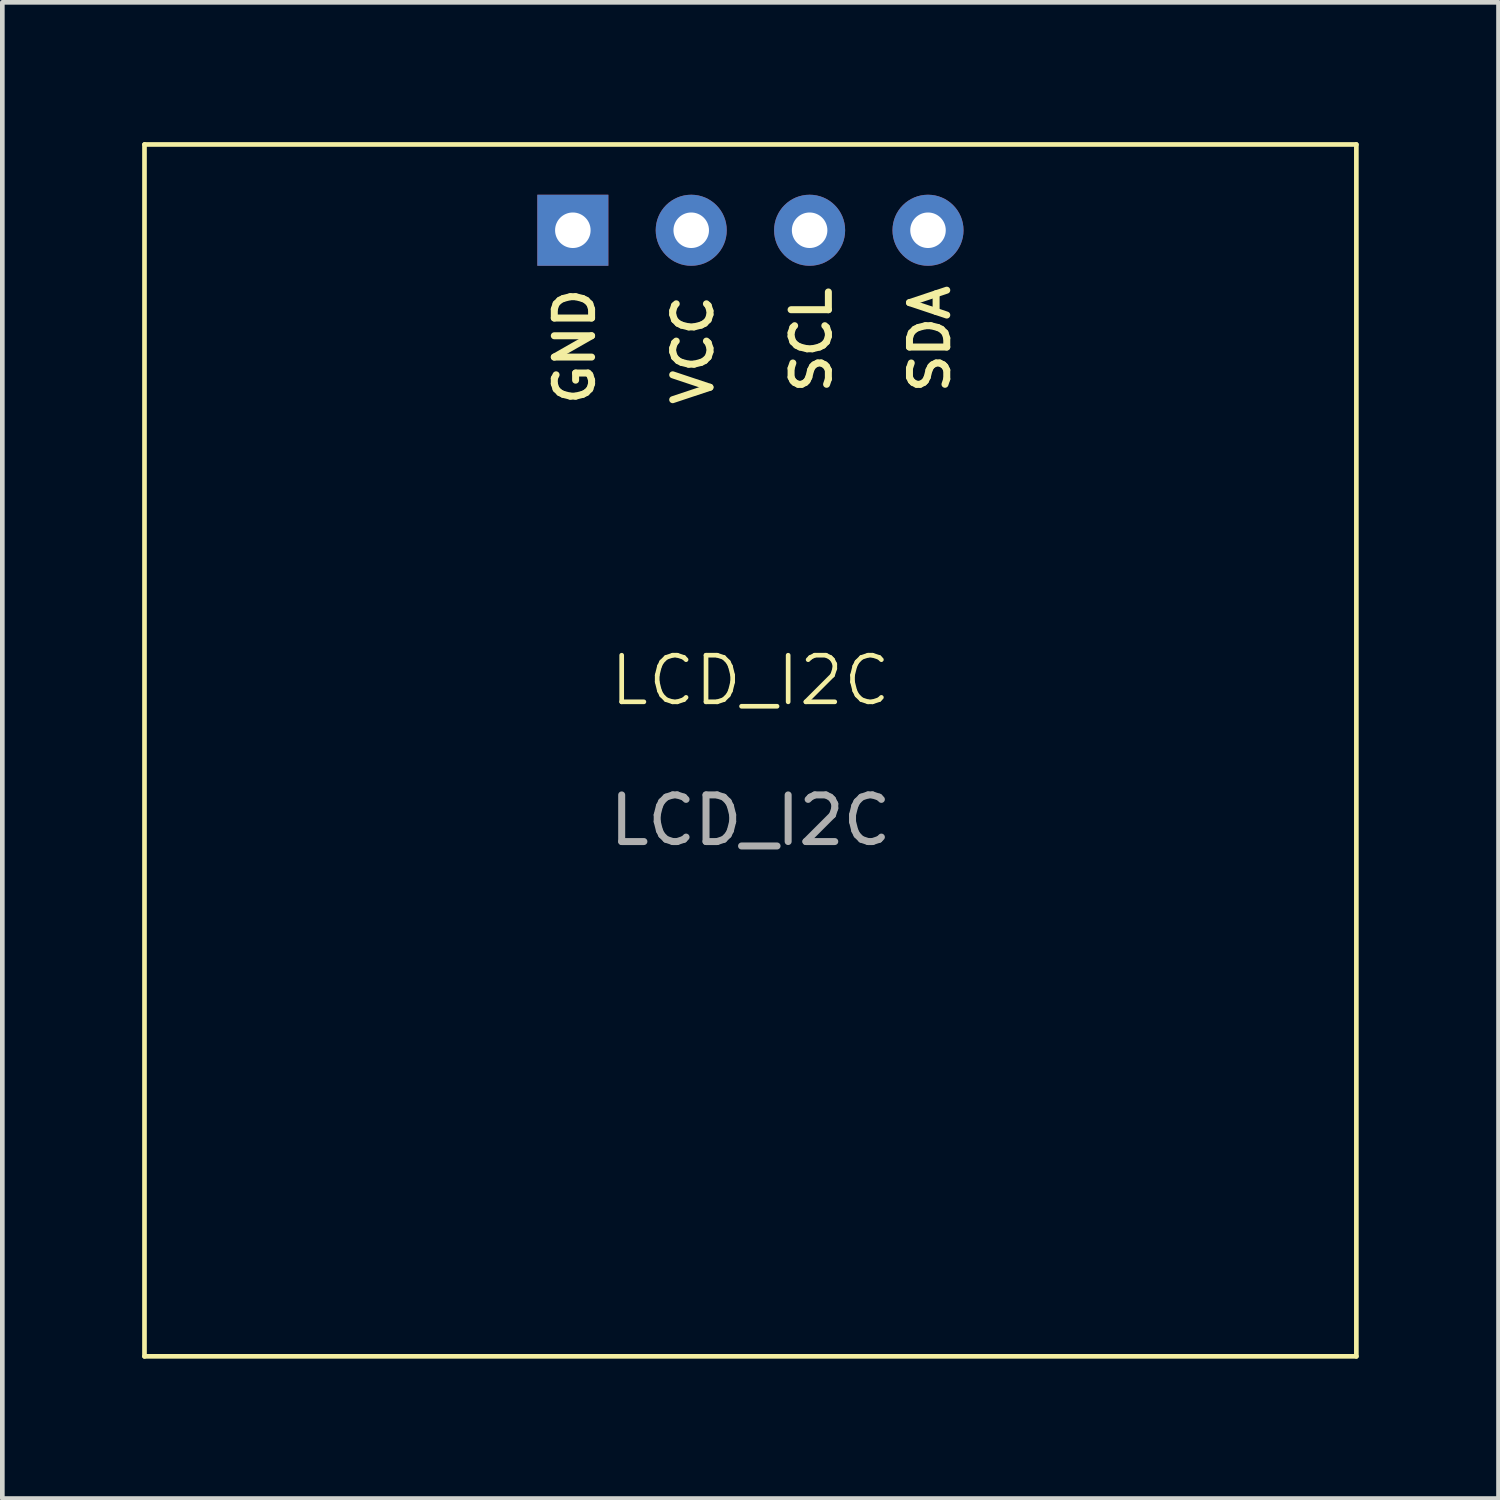
<source format=kicad_pcb>
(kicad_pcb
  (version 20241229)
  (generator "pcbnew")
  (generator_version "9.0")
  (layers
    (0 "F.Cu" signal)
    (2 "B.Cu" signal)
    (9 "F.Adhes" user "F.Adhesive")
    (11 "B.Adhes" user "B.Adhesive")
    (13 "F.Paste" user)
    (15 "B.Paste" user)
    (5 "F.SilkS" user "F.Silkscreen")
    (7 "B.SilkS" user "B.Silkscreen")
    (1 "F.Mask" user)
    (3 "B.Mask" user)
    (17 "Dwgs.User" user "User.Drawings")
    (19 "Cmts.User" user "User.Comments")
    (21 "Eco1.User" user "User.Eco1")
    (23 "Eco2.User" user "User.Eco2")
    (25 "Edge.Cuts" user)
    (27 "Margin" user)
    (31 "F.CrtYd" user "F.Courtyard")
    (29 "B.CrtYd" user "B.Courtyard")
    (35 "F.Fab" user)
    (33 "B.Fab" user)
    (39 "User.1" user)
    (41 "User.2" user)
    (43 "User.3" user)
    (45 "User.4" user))
  (footprint "LCD_I2C"
    (layer "F.Cu")
    (at 13.05 12.05)
    (property "Reference" "LCD_I2C" (at 0 -0.5 0) (unlocked yes) (layer "F.SilkS") (effects (font (size 1 1) (thickness 0.1))))
    (attr through_hole)
    (fp_line (start -13 -12) (end 13 -12) (stroke (width 0.1) (type default)) (layer "F.SilkS"))
    (fp_line (start -13 14) (end -13 -12) (stroke (width 0.1) (type default)) (layer "F.SilkS"))
    (fp_line (start 13 -12) (end 13 14) (stroke (width 0.1) (type default)) (layer "F.SilkS"))
    (fp_line (start 13 14) (end -13 14) (stroke (width 0.1) (type default)) (layer "F.SilkS"))
    (fp_text user "GND" (at -3.302 -6.35 90) (unlocked yes) (layer "F.SilkS") (effects (font (size 0.8 0.8) (thickness 0.15) (bold yes)) (justify left bottom)))
    (fp_text user "VCC" (at -0.762 -6.35 90) (unlocked yes) (layer "F.SilkS") (effects (font (size 0.8 0.8) (thickness 0.15) (bold yes)) (justify left bottom)))
    (fp_text user "SCL" (at 1.778 -6.604 90) (unlocked yes) (layer "F.SilkS") (effects (font (size 0.8 0.8) (thickness 0.15) (bold yes)) (justify left bottom)))
    (fp_text user "SDA" (at 4.318 -6.604 90) (unlocked yes) (layer "F.SilkS") (effects (font (size 0.8 0.8) (thickness 0.15) (bold yes)) (justify left bottom)))
    (fp_text user "${REFERENCE}" (at 0 2.5 0) (unlocked yes) (layer "F.Fab") (effects (font (size 1 1) (thickness 0.15))))
    (pad "1" thru_hole rect (at -3.81 -10.16) (size 1.524 1.524) (drill 0.762) (layers "*.Cu" "*.Mask"))
    (pad "2" thru_hole circle (at -1.27 -10.16) (size 1.524 1.524) (drill 0.762) (layers "*.Cu" "*.Mask"))
    (pad "3" thru_hole circle (at 1.27 -10.16) (size 1.524 1.524) (drill 0.762) (layers "*.Cu" "*.Mask"))
    (pad "4" thru_hole circle (at 3.81 -10.16) (size 1.524 1.524) (drill 0.762) (layers "*.Cu" "*.Mask"))
    (zone (net_name "") (layer "F.SilkS") (hatch edge 0.5) (connect_pads) (min_thickness 0.25) (filled_areas_thickness no) (keepout (tracks allowed) (vias allowed) (pads not_allowed) (copperpour allowed) (footprints not_allowed)) (placement (enabled no)) (fill) (polygon (pts (xy 0.05 0.05) (xy 26.05 0.05) (xy 26.05 26.05) (xy 0.05 26.05)))))
  (gr_rect
    (start -3 -3)
    (end 29.1 29.1)
    (stroke (width 0.1) (type default))
    (fill no)
    (layer "Edge.Cuts")))
</source>
